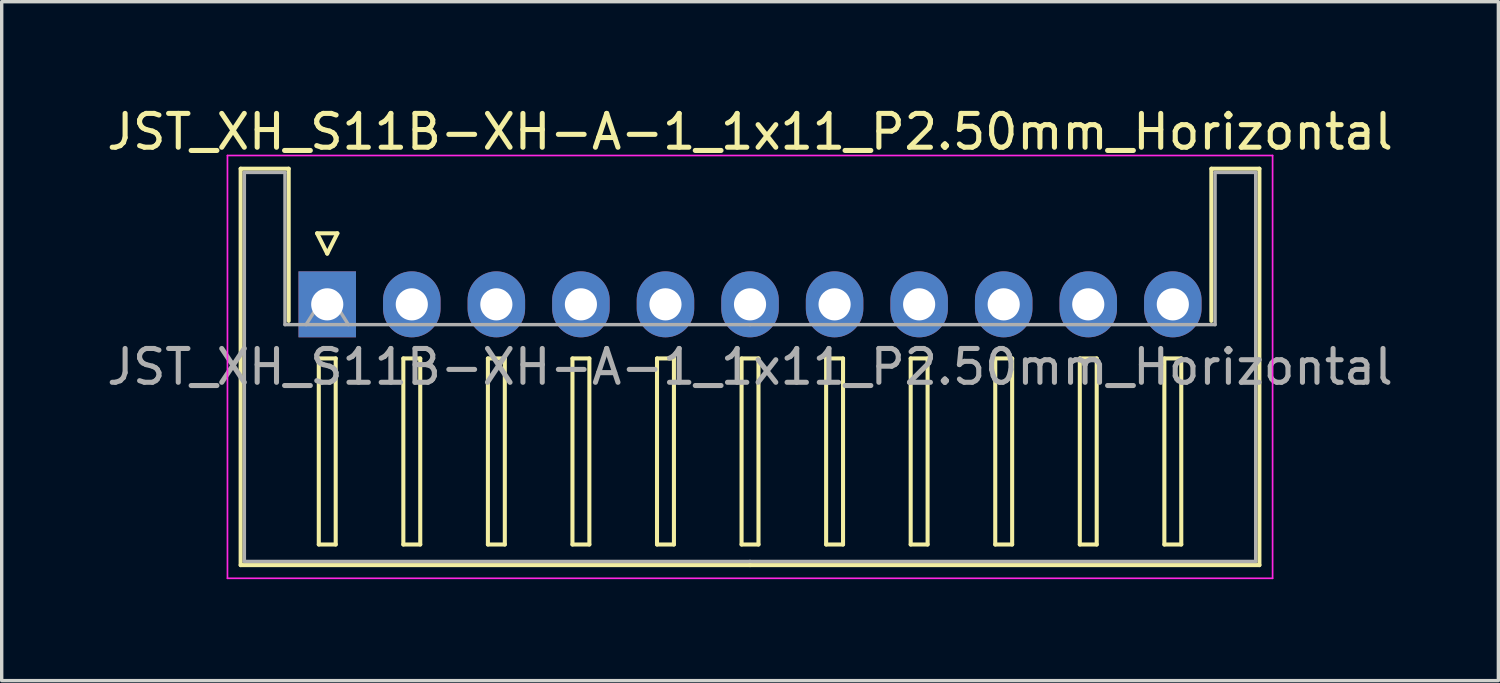
<source format=kicad_pcb>
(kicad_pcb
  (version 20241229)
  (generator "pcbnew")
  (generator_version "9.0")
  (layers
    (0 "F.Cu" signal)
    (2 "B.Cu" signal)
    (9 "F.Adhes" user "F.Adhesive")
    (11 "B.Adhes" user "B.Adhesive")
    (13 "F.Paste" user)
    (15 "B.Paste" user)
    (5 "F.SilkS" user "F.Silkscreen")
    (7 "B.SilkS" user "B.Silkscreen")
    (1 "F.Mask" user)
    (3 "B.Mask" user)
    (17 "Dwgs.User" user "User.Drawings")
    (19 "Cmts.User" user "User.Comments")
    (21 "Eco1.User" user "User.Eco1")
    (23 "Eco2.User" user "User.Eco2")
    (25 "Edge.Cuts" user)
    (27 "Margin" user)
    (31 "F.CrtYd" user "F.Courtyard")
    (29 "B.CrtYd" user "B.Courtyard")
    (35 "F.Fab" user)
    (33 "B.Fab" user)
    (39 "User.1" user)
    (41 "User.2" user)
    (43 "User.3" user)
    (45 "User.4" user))
  (footprint "JST_XH_S11B-XH-A-1_1x11_P2.50mm_Horizontal"
    (layer "F.Cu")
    (at 6.625 5.948)
    (property "Reference" "JST_XH_S11B-XH-A-1_1x11_P2.50mm_Horizontal" (at 12.5 -5.1 0) (layer "F.SilkS") (effects (font (size 1 1) (thickness 0.15))))
    (attr through_hole)
    (fp_line (start -2.56 -4.01) (end -1.14 -4.01) (stroke (width 0.12) (type solid)) (layer "F.SilkS"))
    (fp_line (start -2.56 7.71) (end -2.56 -4.01) (stroke (width 0.12) (type solid)) (layer "F.SilkS"))
    (fp_line (start -1.14 -4.01) (end -1.14 0.49) (stroke (width 0.12) (type solid)) (layer "F.SilkS"))
    (fp_line (start -0.3 -2.1) (end 0.3 -2.1) (stroke (width 0.12) (type solid)) (layer "F.SilkS"))
    (fp_line (start -0.25 1.6) (end -0.25 7.1) (stroke (width 0.12) (type solid)) (layer "F.SilkS"))
    (fp_line (start -0.25 7.1) (end 0.25 7.1) (stroke (width 0.12) (type solid)) (layer "F.SilkS"))
    (fp_line (start 0 -1.5) (end -0.3 -2.1) (stroke (width 0.12) (type solid)) (layer "F.SilkS"))
    (fp_line (start 0.25 1.6) (end -0.25 1.6) (stroke (width 0.12) (type solid)) (layer "F.SilkS"))
    (fp_line (start 0.25 7.1) (end 0.25 1.6) (stroke (width 0.12) (type solid)) (layer "F.SilkS"))
    (fp_line (start 0.3 -2.1) (end 0 -1.5) (stroke (width 0.12) (type solid)) (layer "F.SilkS"))
    (fp_line (start 2.25 1.6) (end 2.25 7.1) (stroke (width 0.12) (type solid)) (layer "F.SilkS"))
    (fp_line (start 2.25 7.1) (end 2.75 7.1) (stroke (width 0.12) (type solid)) (layer "F.SilkS"))
    (fp_line (start 2.75 1.6) (end 2.25 1.6) (stroke (width 0.12) (type solid)) (layer "F.SilkS"))
    (fp_line (start 2.75 7.1) (end 2.75 1.6) (stroke (width 0.12) (type solid)) (layer "F.SilkS"))
    (fp_line (start 4.75 1.6) (end 4.75 7.1) (stroke (width 0.12) (type solid)) (layer "F.SilkS"))
    (fp_line (start 4.75 7.1) (end 5.25 7.1) (stroke (width 0.12) (type solid)) (layer "F.SilkS"))
    (fp_line (start 5.25 1.6) (end 4.75 1.6) (stroke (width 0.12) (type solid)) (layer "F.SilkS"))
    (fp_line (start 5.25 7.1) (end 5.25 1.6) (stroke (width 0.12) (type solid)) (layer "F.SilkS"))
    (fp_line (start 7.25 1.6) (end 7.25 7.1) (stroke (width 0.12) (type solid)) (layer "F.SilkS"))
    (fp_line (start 7.25 7.1) (end 7.75 7.1) (stroke (width 0.12) (type solid)) (layer "F.SilkS"))
    (fp_line (start 7.75 1.6) (end 7.25 1.6) (stroke (width 0.12) (type solid)) (layer "F.SilkS"))
    (fp_line (start 7.75 7.1) (end 7.75 1.6) (stroke (width 0.12) (type solid)) (layer "F.SilkS"))
    (fp_line (start 9.75 1.6) (end 9.75 7.1) (stroke (width 0.12) (type solid)) (layer "F.SilkS"))
    (fp_line (start 9.75 7.1) (end 10.25 7.1) (stroke (width 0.12) (type solid)) (layer "F.SilkS"))
    (fp_line (start 10.25 1.6) (end 9.75 1.6) (stroke (width 0.12) (type solid)) (layer "F.SilkS"))
    (fp_line (start 10.25 7.1) (end 10.25 1.6) (stroke (width 0.12) (type solid)) (layer "F.SilkS"))
    (fp_line (start 12.25 1.6) (end 12.25 7.1) (stroke (width 0.12) (type solid)) (layer "F.SilkS"))
    (fp_line (start 12.25 7.1) (end 12.75 7.1) (stroke (width 0.12) (type solid)) (layer "F.SilkS"))
    (fp_line (start 12.5 7.71) (end -2.56 7.71) (stroke (width 0.12) (type solid)) (layer "F.SilkS"))
    (fp_line (start 12.5 7.71) (end 27.56 7.71) (stroke (width 0.12) (type solid)) (layer "F.SilkS"))
    (fp_line (start 12.75 1.6) (end 12.25 1.6) (stroke (width 0.12) (type solid)) (layer "F.SilkS"))
    (fp_line (start 12.75 7.1) (end 12.75 1.6) (stroke (width 0.12) (type solid)) (layer "F.SilkS"))
    (fp_line (start 14.75 1.6) (end 14.75 7.1) (stroke (width 0.12) (type solid)) (layer "F.SilkS"))
    (fp_line (start 14.75 7.1) (end 15.25 7.1) (stroke (width 0.12) (type solid)) (layer "F.SilkS"))
    (fp_line (start 15.25 1.6) (end 14.75 1.6) (stroke (width 0.12) (type solid)) (layer "F.SilkS"))
    (fp_line (start 15.25 7.1) (end 15.25 1.6) (stroke (width 0.12) (type solid)) (layer "F.SilkS"))
    (fp_line (start 17.25 1.6) (end 17.25 7.1) (stroke (width 0.12) (type solid)) (layer "F.SilkS"))
    (fp_line (start 17.25 7.1) (end 17.75 7.1) (stroke (width 0.12) (type solid)) (layer "F.SilkS"))
    (fp_line (start 17.75 1.6) (end 17.25 1.6) (stroke (width 0.12) (type solid)) (layer "F.SilkS"))
    (fp_line (start 17.75 7.1) (end 17.75 1.6) (stroke (width 0.12) (type solid)) (layer "F.SilkS"))
    (fp_line (start 19.75 1.6) (end 19.75 7.1) (stroke (width 0.12) (type solid)) (layer "F.SilkS"))
    (fp_line (start 19.75 7.1) (end 20.25 7.1) (stroke (width 0.12) (type solid)) (layer "F.SilkS"))
    (fp_line (start 20.25 1.6) (end 19.75 1.6) (stroke (width 0.12) (type solid)) (layer "F.SilkS"))
    (fp_line (start 20.25 7.1) (end 20.25 1.6) (stroke (width 0.12) (type solid)) (layer "F.SilkS"))
    (fp_line (start 22.25 1.6) (end 22.25 7.1) (stroke (width 0.12) (type solid)) (layer "F.SilkS"))
    (fp_line (start 22.25 7.1) (end 22.75 7.1) (stroke (width 0.12) (type solid)) (layer "F.SilkS"))
    (fp_line (start 22.75 1.6) (end 22.25 1.6) (stroke (width 0.12) (type solid)) (layer "F.SilkS"))
    (fp_line (start 22.75 7.1) (end 22.75 1.6) (stroke (width 0.12) (type solid)) (layer "F.SilkS"))
    (fp_line (start 24.75 1.6) (end 24.75 7.1) (stroke (width 0.12) (type solid)) (layer "F.SilkS"))
    (fp_line (start 24.75 7.1) (end 25.25 7.1) (stroke (width 0.12) (type solid)) (layer "F.SilkS"))
    (fp_line (start 25.25 1.6) (end 24.75 1.6) (stroke (width 0.12) (type solid)) (layer "F.SilkS"))
    (fp_line (start 25.25 7.1) (end 25.25 1.6) (stroke (width 0.12) (type solid)) (layer "F.SilkS"))
    (fp_line (start 26.14 -4.01) (end 26.14 0.49) (stroke (width 0.12) (type solid)) (layer "F.SilkS"))
    (fp_line (start 27.56 -4.01) (end 26.14 -4.01) (stroke (width 0.12) (type solid)) (layer "F.SilkS"))
    (fp_line (start 27.56 7.71) (end 27.56 -4.01) (stroke (width 0.12) (type solid)) (layer "F.SilkS"))
    (fp_line (start -2.95 -4.4) (end -2.95 8.1) (stroke (width 0.05) (type solid)) (layer "F.CrtYd"))
    (fp_line (start -2.95 8.1) (end 27.95 8.1) (stroke (width 0.05) (type solid)) (layer "F.CrtYd"))
    (fp_line (start 27.95 -4.4) (end -2.95 -4.4) (stroke (width 0.05) (type solid)) (layer "F.CrtYd"))
    (fp_line (start 27.95 8.1) (end 27.95 -4.4) (stroke (width 0.05) (type solid)) (layer "F.CrtYd"))
    (fp_line (start -2.45 -3.9) (end -1.25 -3.9) (stroke (width 0.1) (type solid)) (layer "F.Fab"))
    (fp_line (start -2.45 7.6) (end -2.45 -3.9) (stroke (width 0.1) (type solid)) (layer "F.Fab"))
    (fp_line (start -1.25 -3.9) (end -1.25 0.6) (stroke (width 0.1) (type solid)) (layer "F.Fab"))
    (fp_line (start -1.25 0.6) (end 12.5 0.6) (stroke (width 0.1) (type solid)) (layer "F.Fab"))
    (fp_line (start -0.625 0.6) (end 0 -0.4) (stroke (width 0.1) (type solid)) (layer "F.Fab"))
    (fp_line (start 0 -0.4) (end 0.625 0.6) (stroke (width 0.1) (type solid)) (layer "F.Fab"))
    (fp_line (start 12.5 7.6) (end -2.45 7.6) (stroke (width 0.1) (type solid)) (layer "F.Fab"))
    (fp_line (start 12.5 7.6) (end 27.45 7.6) (stroke (width 0.1) (type solid)) (layer "F.Fab"))
    (fp_line (start 26.25 -3.9) (end 26.25 0.6) (stroke (width 0.1) (type solid)) (layer "F.Fab"))
    (fp_line (start 26.25 0.6) (end 12.5 0.6) (stroke (width 0.1) (type solid)) (layer "F.Fab"))
    (fp_line (start 27.45 -3.9) (end 26.25 -3.9) (stroke (width 0.1) (type solid)) (layer "F.Fab"))
    (fp_line (start 27.45 7.6) (end 27.45 -3.9) (stroke (width 0.1) (type solid)) (layer "F.Fab"))
    (fp_text user "${REFERENCE}" (at 12.5 1.85 0) (layer "F.Fab") (effects (font (size 1 1) (thickness 0.15))))
    (pad "1" thru_hole rect (at 0 0) (size 1.7 1.95) (drill 0.95) (layers "*.Cu" "*.Mask"))
    (pad "2" thru_hole oval (at 2.5 0) (size 1.7 1.95) (drill 0.95) (layers "*.Cu" "*.Mask"))
    (pad "3" thru_hole oval (at 5 0) (size 1.7 1.95) (drill 0.95) (layers "*.Cu" "*.Mask"))
    (pad "4" thru_hole oval (at 7.5 0) (size 1.7 1.95) (drill 0.95) (layers "*.Cu" "*.Mask"))
    (pad "5" thru_hole oval (at 10 0) (size 1.7 1.95) (drill 0.95) (layers "*.Cu" "*.Mask"))
    (pad "6" thru_hole oval (at 12.5 0) (size 1.7 1.95) (drill 0.95) (layers "*.Cu" "*.Mask"))
    (pad "7" thru_hole oval (at 15 0) (size 1.7 1.95) (drill 0.95) (layers "*.Cu" "*.Mask"))
    (pad "8" thru_hole oval (at 17.5 0) (size 1.7 1.95) (drill 0.95) (layers "*.Cu" "*.Mask"))
    (pad "9" thru_hole oval (at 20 0) (size 1.7 1.95) (drill 0.95) (layers "*.Cu" "*.Mask"))
    (pad "10" thru_hole oval (at 22.5 0) (size 1.7 1.95) (drill 0.95) (layers "*.Cu" "*.Mask"))
    (pad "11" thru_hole oval (at 25 0) (size 1.7 1.95) (drill 0.95) (layers "*.Cu" "*.Mask")))
  (gr_rect
    (start -3 -3)
    (end 41.25 17.073)
    (stroke (width 0.1) (type default))
    (fill no)
    (layer "Edge.Cuts")))
</source>
